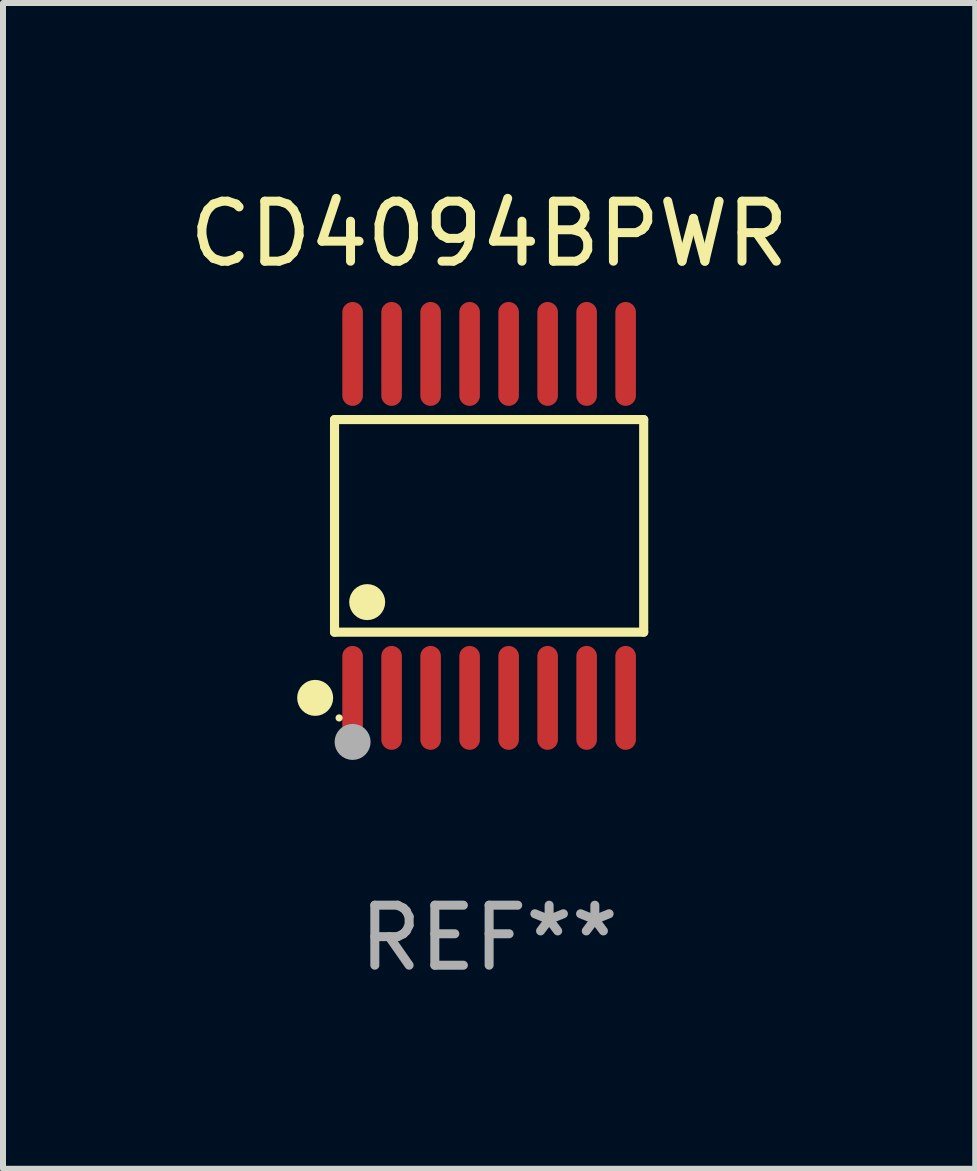
<source format=kicad_pcb>
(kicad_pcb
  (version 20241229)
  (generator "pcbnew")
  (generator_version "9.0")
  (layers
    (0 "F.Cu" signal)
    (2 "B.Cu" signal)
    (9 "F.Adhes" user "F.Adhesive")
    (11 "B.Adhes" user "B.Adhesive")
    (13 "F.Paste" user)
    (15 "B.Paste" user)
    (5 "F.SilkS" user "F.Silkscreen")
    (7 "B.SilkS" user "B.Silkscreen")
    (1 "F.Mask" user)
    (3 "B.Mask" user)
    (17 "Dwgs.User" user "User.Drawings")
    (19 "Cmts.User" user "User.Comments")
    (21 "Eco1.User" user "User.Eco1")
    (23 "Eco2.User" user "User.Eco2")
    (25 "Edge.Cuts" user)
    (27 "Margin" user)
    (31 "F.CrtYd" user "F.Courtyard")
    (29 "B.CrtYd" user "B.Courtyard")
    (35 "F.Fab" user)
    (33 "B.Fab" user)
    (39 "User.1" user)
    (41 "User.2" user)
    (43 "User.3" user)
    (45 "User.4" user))
  (footprint "CD4094BPWR"
    (layer "F.Cu")
    (at 5.101 5.714)
    (property "Reference" "CD4094BPWR" (at 0 -4.866 0) (layer "F.SilkS") (effects (font (size 1 1) (thickness 0.15))))
    (attr through_hole)
    (fp_line (start -2.576 -1.772) (end 2.576 -1.772) (stroke (width 0.152) (type solid)) (layer "F.SilkS"))
    (fp_line (start -2.576 1.771) (end -2.576 -1.772) (stroke (width 0.152) (type solid)) (layer "F.SilkS"))
    (fp_line (start 2.576 -1.772) (end 2.576 1.771) (stroke (width 0.152) (type solid)) (layer "F.SilkS"))
    (fp_line (start 2.576 1.771) (end -2.576 1.771) (stroke (width 0.152) (type solid)) (layer "F.SilkS"))
    (fp_circle (center -2.899 2.866) (end -2.749 2.866) (stroke (width 0.3) (type solid)) (fill no) (layer "F.SilkS"))
    (fp_circle (center -2.5 3.2) (end -2.47 3.2) (stroke (width 0.06) (type solid)) (fill no) (layer "F.SilkS"))
    (fp_circle (center -2.032 1.27) (end -1.882 1.27) (stroke (width 0.3) (type solid)) (fill no) (layer "F.SilkS"))
    (fp_circle (center -2.275 3.6) (end -2.125 3.6) (stroke (width 0.3) (type solid)) (fill no) (layer "F.Fab"))
    (fp_text user "REF**" (at 0 6.866 0) (layer "F.Fab") (effects (font (size 1 1) (thickness 0.15))))
    (pad "1" smd oval (at -2.275 2.866) (size 0.343 1.731) (layers "F.Cu" "F.Mask" "F.Paste"))
    (pad "2" smd oval (at -1.625 2.866) (size 0.343 1.731) (layers "F.Cu" "F.Mask" "F.Paste"))
    (pad "3" smd oval (at -0.975 2.866) (size 0.343 1.731) (layers "F.Cu" "F.Mask" "F.Paste"))
    (pad "4" smd oval (at -0.325 2.866) (size 0.343 1.731) (layers "F.Cu" "F.Mask" "F.Paste"))
    (pad "5" smd oval (at 0.325 2.866) (size 0.343 1.731) (layers "F.Cu" "F.Mask" "F.Paste"))
    (pad "6" smd oval (at 0.975 2.866) (size 0.343 1.731) (layers "F.Cu" "F.Mask" "F.Paste"))
    (pad "7" smd oval (at 1.625 2.866) (size 0.343 1.731) (layers "F.Cu" "F.Mask" "F.Paste"))
    (pad "8" smd oval (at 2.275 2.866) (size 0.343 1.731) (layers "F.Cu" "F.Mask" "F.Paste"))
    (pad "9" smd oval (at 2.275 -2.866) (size 0.343 1.731) (layers "F.Cu" "F.Mask" "F.Paste"))
    (pad "10" smd oval (at 1.625 -2.866) (size 0.343 1.731) (layers "F.Cu" "F.Mask" "F.Paste"))
    (pad "11" smd oval (at 0.975 -2.866) (size 0.343 1.731) (layers "F.Cu" "F.Mask" "F.Paste"))
    (pad "12" smd oval (at 0.325 -2.866) (size 0.343 1.731) (layers "F.Cu" "F.Mask" "F.Paste"))
    (pad "13" smd oval (at -0.325 -2.866) (size 0.343 1.731) (layers "F.Cu" "F.Mask" "F.Paste"))
    (pad "14" smd oval (at -0.975 -2.866) (size 0.343 1.731) (layers "F.Cu" "F.Mask" "F.Paste"))
    (pad "15" smd oval (at -1.625 -2.866) (size 0.343 1.731) (layers "F.Cu" "F.Mask" "F.Paste"))
    (pad "16" smd oval (at -2.275 -2.866) (size 0.343 1.731) (layers "F.Cu" "F.Mask" "F.Paste")))
  (gr_rect
    (start -3 -3)
    (end 13.202 16.428)
    (stroke (width 0.1) (type default))
    (fill no)
    (layer "Edge.Cuts")))
</source>
